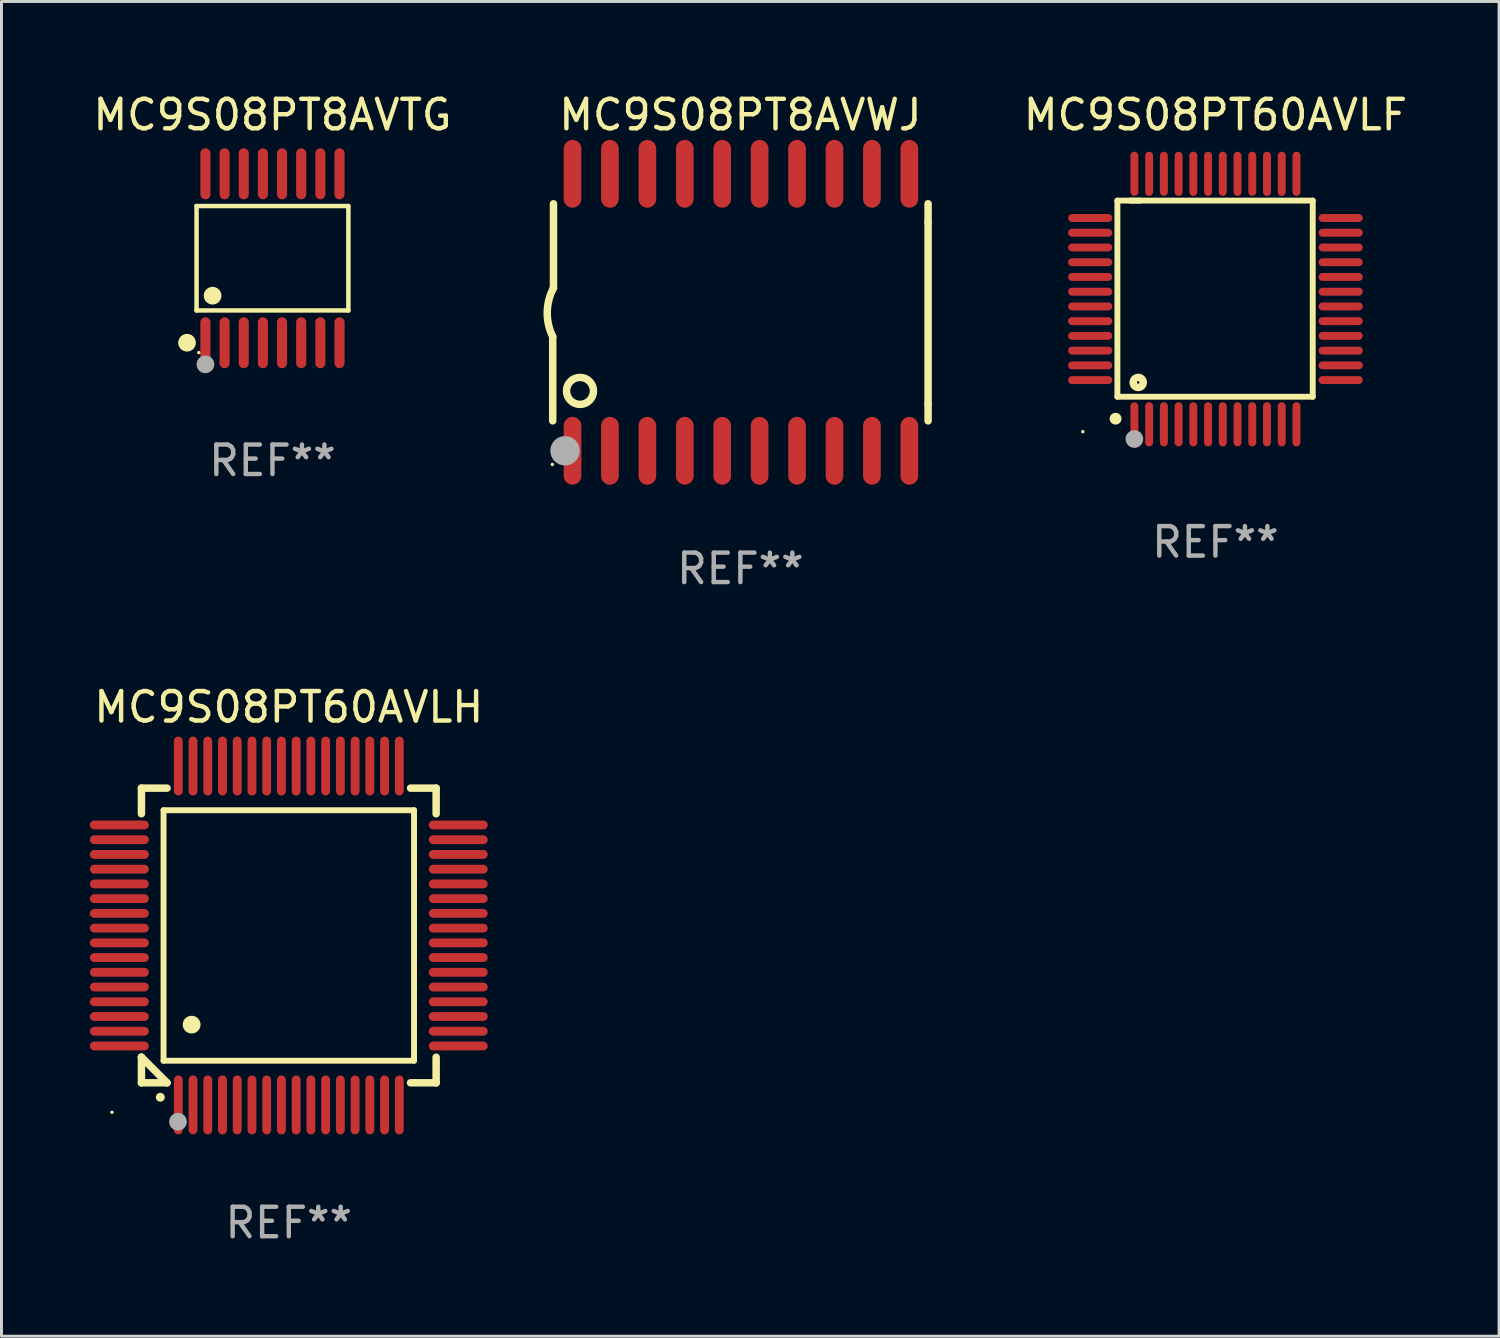
<source format=kicad_pcb>
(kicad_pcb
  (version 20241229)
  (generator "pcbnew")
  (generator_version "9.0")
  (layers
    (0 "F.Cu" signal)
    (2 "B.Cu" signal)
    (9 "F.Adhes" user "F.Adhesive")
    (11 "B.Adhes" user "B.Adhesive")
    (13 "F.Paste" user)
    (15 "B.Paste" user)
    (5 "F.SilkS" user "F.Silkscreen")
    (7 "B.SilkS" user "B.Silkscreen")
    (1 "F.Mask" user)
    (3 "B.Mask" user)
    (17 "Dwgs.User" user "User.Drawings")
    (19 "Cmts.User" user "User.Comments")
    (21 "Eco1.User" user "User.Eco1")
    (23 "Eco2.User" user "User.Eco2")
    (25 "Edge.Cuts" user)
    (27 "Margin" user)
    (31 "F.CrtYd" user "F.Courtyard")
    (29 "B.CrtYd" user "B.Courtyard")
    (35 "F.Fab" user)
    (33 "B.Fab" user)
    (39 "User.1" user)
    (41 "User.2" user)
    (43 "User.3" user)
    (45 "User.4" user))
  (footprint "MC9S08PT60AVLF"
    (layer "F.Cu")
    (at 38.195 7.098)
    (property "Reference" "MC9S08PT60AVLF" (at 0 -6.25 0) (layer "F.SilkS") (effects (font (size 1 1) (thickness 0.15))))
    (attr through_hole)
    (fp_line (start -3.327 -3.34) (end -2.565 -3.34) (stroke (width 0.2) (type solid)) (layer "F.SilkS"))
    (fp_line (start -3.327 3.315) (end -3.327 -3.34) (stroke (width 0.2) (type solid)) (layer "F.SilkS"))
    (fp_line (start -2.896 -3.34) (end 3.302 -3.34) (stroke (width 0.2) (type solid)) (layer "F.SilkS"))
    (fp_line (start 3.302 -3.34) (end 3.302 3.315) (stroke (width 0.2) (type solid)) (layer "F.SilkS"))
    (fp_line (start 3.302 3.315) (end -3.327 3.315) (stroke (width 0.2) (type solid)) (layer "F.SilkS"))
    (fp_arc (start -3.389992 4.059995) (mid -3.388722 4.059991) (end -3.387452 4.059995) (stroke (width 0.4) (type solid)) (layer "F.SilkS"))
    (fp_circle (center -4.5 4.5) (end -4.47 4.5) (stroke (width 0.06) (type solid)) (fill no) (layer "F.SilkS"))
    (fp_circle (center -2.62 2.83) (end -2.45 2.83) (stroke (width 0.254) (type solid)) (fill no) (layer "F.SilkS"))
    (fp_circle (center -2.75 4.75) (end -2.6 4.75) (stroke (width 0.3) (type solid)) (fill no) (layer "F.Fab"))
    (fp_text user "REF**" (at 0 8.25 0) (layer "F.Fab") (effects (font (size 1 1) (thickness 0.15))))
    (pad "1" smd oval (at -2.75 4.25) (size 0.27 1.5) (layers "F.Cu" "F.Mask" "F.Paste"))
    (pad "2" smd oval (at -2.25 4.25) (size 0.27 1.5) (layers "F.Cu" "F.Mask" "F.Paste"))
    (pad "3" smd oval (at -1.75 4.25) (size 0.27 1.5) (layers "F.Cu" "F.Mask" "F.Paste"))
    (pad "4" smd oval (at -1.25 4.25) (size 0.27 1.5) (layers "F.Cu" "F.Mask" "F.Paste"))
    (pad "5" smd oval (at -0.75 4.25) (size 0.27 1.5) (layers "F.Cu" "F.Mask" "F.Paste"))
    (pad "6" smd oval (at -0.25 4.25) (size 0.27 1.5) (layers "F.Cu" "F.Mask" "F.Paste"))
    (pad "7" smd oval (at 0.25 4.25) (size 0.27 1.5) (layers "F.Cu" "F.Mask" "F.Paste"))
    (pad "8" smd oval (at 0.75 4.25) (size 0.27 1.5) (layers "F.Cu" "F.Mask" "F.Paste"))
    (pad "9" smd oval (at 1.25 4.25) (size 0.27 1.5) (layers "F.Cu" "F.Mask" "F.Paste"))
    (pad "10" smd oval (at 1.75 4.25) (size 0.27 1.5) (layers "F.Cu" "F.Mask" "F.Paste"))
    (pad "11" smd oval (at 2.25 4.25) (size 0.27 1.5) (layers "F.Cu" "F.Mask" "F.Paste"))
    (pad "12" smd oval (at 2.75 4.25) (size 0.27 1.5) (layers "F.Cu" "F.Mask" "F.Paste"))
    (pad "13" smd oval (at 4.25 2.75) (size 1.5 0.27) (layers "F.Cu" "F.Mask" "F.Paste"))
    (pad "14" smd oval (at 4.25 2.25) (size 1.5 0.27) (layers "F.Cu" "F.Mask" "F.Paste"))
    (pad "15" smd oval (at 4.25 1.75) (size 1.5 0.27) (layers "F.Cu" "F.Mask" "F.Paste"))
    (pad "16" smd oval (at 4.25 1.25) (size 1.5 0.27) (layers "F.Cu" "F.Mask" "F.Paste"))
    (pad "17" smd oval (at 4.25 0.75) (size 1.5 0.27) (layers "F.Cu" "F.Mask" "F.Paste"))
    (pad "18" smd oval (at 4.25 0.25) (size 1.5 0.27) (layers "F.Cu" "F.Mask" "F.Paste"))
    (pad "19" smd oval (at 4.25 -0.25) (size 1.5 0.27) (layers "F.Cu" "F.Mask" "F.Paste"))
    (pad "20" smd oval (at 4.25 -0.75) (size 1.5 0.27) (layers "F.Cu" "F.Mask" "F.Paste"))
    (pad "21" smd oval (at 4.25 -1.25) (size 1.5 0.27) (layers "F.Cu" "F.Mask" "F.Paste"))
    (pad "22" smd oval (at 4.25 -1.75) (size 1.5 0.27) (layers "F.Cu" "F.Mask" "F.Paste"))
    (pad "23" smd oval (at 4.25 -2.25) (size 1.5 0.27) (layers "F.Cu" "F.Mask" "F.Paste"))
    (pad "24" smd oval (at 4.25 -2.75) (size 1.5 0.27) (layers "F.Cu" "F.Mask" "F.Paste"))
    (pad "25" smd oval (at 2.75 -4.25) (size 0.27 1.5) (layers "F.Cu" "F.Mask" "F.Paste"))
    (pad "26" smd oval (at 2.25 -4.25) (size 0.27 1.5) (layers "F.Cu" "F.Mask" "F.Paste"))
    (pad "27" smd oval (at 1.75 -4.25) (size 0.27 1.5) (layers "F.Cu" "F.Mask" "F.Paste"))
    (pad "28" smd oval (at 1.25 -4.25) (size 0.27 1.5) (layers "F.Cu" "F.Mask" "F.Paste"))
    (pad "29" smd oval (at 0.75 -4.25) (size 0.27 1.5) (layers "F.Cu" "F.Mask" "F.Paste"))
    (pad "30" smd oval (at 0.25 -4.25) (size 0.27 1.5) (layers "F.Cu" "F.Mask" "F.Paste"))
    (pad "31" smd oval (at -0.25 -4.25) (size 0.27 1.5) (layers "F.Cu" "F.Mask" "F.Paste"))
    (pad "32" smd oval (at -0.75 -4.25) (size 0.27 1.5) (layers "F.Cu" "F.Mask" "F.Paste"))
    (pad "33" smd oval (at -1.25 -4.25) (size 0.27 1.5) (layers "F.Cu" "F.Mask" "F.Paste"))
    (pad "34" smd oval (at -1.75 -4.25) (size 0.27 1.5) (layers "F.Cu" "F.Mask" "F.Paste"))
    (pad "35" smd oval (at -2.25 -4.25) (size 0.27 1.5) (layers "F.Cu" "F.Mask" "F.Paste"))
    (pad "36" smd oval (at -2.75 -4.25) (size 0.27 1.5) (layers "F.Cu" "F.Mask" "F.Paste"))
    (pad "37" smd oval (at -4.25 -2.75) (size 1.5 0.27) (layers "F.Cu" "F.Mask" "F.Paste"))
    (pad "38" smd oval (at -4.25 -2.25) (size 1.5 0.27) (layers "F.Cu" "F.Mask" "F.Paste"))
    (pad "39" smd oval (at -4.25 -1.75) (size 1.5 0.27) (layers "F.Cu" "F.Mask" "F.Paste"))
    (pad "40" smd oval (at -4.25 -1.25) (size 1.5 0.27) (layers "F.Cu" "F.Mask" "F.Paste"))
    (pad "41" smd oval (at -4.25 -0.75) (size 1.5 0.27) (layers "F.Cu" "F.Mask" "F.Paste"))
    (pad "42" smd oval (at -4.25 -0.25) (size 1.5 0.27) (layers "F.Cu" "F.Mask" "F.Paste"))
    (pad "43" smd oval (at -4.25 0.25) (size 1.5 0.27) (layers "F.Cu" "F.Mask" "F.Paste"))
    (pad "44" smd oval (at -4.25 0.75) (size 1.5 0.27) (layers "F.Cu" "F.Mask" "F.Paste"))
    (pad "45" smd oval (at -4.25 1.25) (size 1.5 0.27) (layers "F.Cu" "F.Mask" "F.Paste"))
    (pad "46" smd oval (at -4.25 1.75) (size 1.5 0.27) (layers "F.Cu" "F.Mask" "F.Paste"))
    (pad "47" smd oval (at -4.25 2.25) (size 1.5 0.27) (layers "F.Cu" "F.Mask" "F.Paste"))
    (pad "48" smd oval (at -4.25 2.75) (size 1.5 0.27) (layers "F.Cu" "F.Mask" "F.Paste")))
  (footprint "MC9S08PT60AVLH"
    (layer "F.Cu")
    (at 6.75 28.695)
    (property "Reference" "MC9S08PT60AVLH" (at 0 -7.75 0) (layer "F.SilkS") (effects (font (size 1 1) (thickness 0.15))))
    (attr through_hole)
    (fp_line (start -5 -5) (end -4.131 -5) (stroke (width 0.254) (type solid)) (layer "F.SilkS"))
    (fp_line (start -5 -4.131) (end -5 -5) (stroke (width 0.254) (type solid)) (layer "F.SilkS"))
    (fp_line (start -5 4.131) (end -5 4.131) (stroke (width 0.254) (type solid)) (layer "F.SilkS"))
    (fp_line (start -5 5) (end -5 4.131) (stroke (width 0.254) (type solid)) (layer "F.SilkS"))
    (fp_line (start -5 4.131) (end -4.131 5) (stroke (width 0.254) (type solid)) (layer "F.SilkS"))
    (fp_line (start -4.25 -4.25) (end -4.25 4.25) (stroke (width 0.2) (type solid)) (layer "F.SilkS"))
    (fp_line (start -4.25 4.25) (end 4.25 4.25) (stroke (width 0.2) (type solid)) (layer "F.SilkS"))
    (fp_line (start -4.131 5) (end -5 5) (stroke (width 0.254) (type solid)) (layer "F.SilkS"))
    (fp_line (start 4.25 -4.25) (end -4.25 -4.25) (stroke (width 0.2) (type solid)) (layer "F.SilkS"))
    (fp_line (start 4.25 4.25) (end 4.25 -4.25) (stroke (width 0.2) (type solid)) (layer "F.SilkS"))
    (fp_line (start 5 -5) (end 4.131 -5) (stroke (width 0.254) (type solid)) (layer "F.SilkS"))
    (fp_line (start 5 -5) (end 5 -4.131) (stroke (width 0.254) (type solid)) (layer "F.SilkS"))
    (fp_line (start 5 4.131) (end 5 5) (stroke (width 0.254) (type solid)) (layer "F.SilkS"))
    (fp_line (start 5 5) (end 4.131 5) (stroke (width 0.254) (type solid)) (layer "F.SilkS"))
    (fp_arc (start -4.361265 5.489992) (mid -4.359995 5.489987) (end -4.358725 5.489992) (stroke (width 0.3) (type solid)) (layer "F.SilkS"))
    (fp_arc (start -3.299467 3.025146) (mid -3.296927 3.025135) (end -3.294387 3.025146) (stroke (width 0.6) (type solid)) (layer "F.SilkS"))
    (fp_circle (center -6 6) (end -5.97 6) (stroke (width 0.06) (type solid)) (fill no) (layer "F.SilkS"))
    (fp_circle (center -3.76 6.32) (end -3.61 6.32) (stroke (width 0.3) (type solid)) (fill no) (layer "F.Fab"))
    (fp_text user "REF**" (at 0 9.75 0) (layer "F.Fab") (effects (font (size 1 1) (thickness 0.15))))
    (pad "1" smd oval (at -3.75 5.75) (size 0.3 2) (layers "F.Cu" "F.Mask" "F.Paste"))
    (pad "2" smd oval (at -3.25 5.75) (size 0.3 2) (layers "F.Cu" "F.Mask" "F.Paste"))
    (pad "3" smd oval (at -2.75 5.75) (size 0.3 2) (layers "F.Cu" "F.Mask" "F.Paste"))
    (pad "4" smd oval (at -2.25 5.75) (size 0.3 2) (layers "F.Cu" "F.Mask" "F.Paste"))
    (pad "5" smd oval (at -1.75 5.75) (size 0.3 2) (layers "F.Cu" "F.Mask" "F.Paste"))
    (pad "6" smd oval (at -1.25 5.75) (size 0.3 2) (layers "F.Cu" "F.Mask" "F.Paste"))
    (pad "7" smd oval (at -0.75 5.75) (size 0.3 2) (layers "F.Cu" "F.Mask" "F.Paste"))
    (pad "8" smd oval (at -0.25 5.75) (size 0.3 2) (layers "F.Cu" "F.Mask" "F.Paste"))
    (pad "9" smd oval (at 0.25 5.75) (size 0.3 2) (layers "F.Cu" "F.Mask" "F.Paste"))
    (pad "10" smd oval (at 0.75 5.75) (size 0.3 2) (layers "F.Cu" "F.Mask" "F.Paste"))
    (pad "11" smd oval (at 1.25 5.75) (size 0.3 2) (layers "F.Cu" "F.Mask" "F.Paste"))
    (pad "12" smd oval (at 1.75 5.75) (size 0.3 2) (layers "F.Cu" "F.Mask" "F.Paste"))
    (pad "13" smd oval (at 2.25 5.75) (size 0.3 2) (layers "F.Cu" "F.Mask" "F.Paste"))
    (pad "14" smd oval (at 2.75 5.75) (size 0.3 2) (layers "F.Cu" "F.Mask" "F.Paste"))
    (pad "15" smd oval (at 3.25 5.75) (size 0.3 2) (layers "F.Cu" "F.Mask" "F.Paste"))
    (pad "16" smd oval (at 3.75 5.75) (size 0.3 2) (layers "F.Cu" "F.Mask" "F.Paste"))
    (pad "17" smd oval (at 5.75 3.75) (size 2 0.3) (layers "F.Cu" "F.Mask" "F.Paste"))
    (pad "18" smd oval (at 5.75 3.25) (size 2 0.3) (layers "F.Cu" "F.Mask" "F.Paste"))
    (pad "19" smd oval (at 5.75 2.75) (size 2 0.3) (layers "F.Cu" "F.Mask" "F.Paste"))
    (pad "20" smd oval (at 5.75 2.25) (size 2 0.3) (layers "F.Cu" "F.Mask" "F.Paste"))
    (pad "21" smd oval (at 5.75 1.75) (size 2 0.3) (layers "F.Cu" "F.Mask" "F.Paste"))
    (pad "22" smd oval (at 5.75 1.25) (size 2 0.3) (layers "F.Cu" "F.Mask" "F.Paste"))
    (pad "23" smd oval (at 5.75 0.75) (size 2 0.3) (layers "F.Cu" "F.Mask" "F.Paste"))
    (pad "24" smd oval (at 5.75 0.25) (size 2 0.3) (layers "F.Cu" "F.Mask" "F.Paste"))
    (pad "25" smd oval (at 5.75 -0.25) (size 2 0.3) (layers "F.Cu" "F.Mask" "F.Paste"))
    (pad "26" smd oval (at 5.75 -0.75) (size 2 0.3) (layers "F.Cu" "F.Mask" "F.Paste"))
    (pad "27" smd oval (at 5.75 -1.25) (size 2 0.3) (layers "F.Cu" "F.Mask" "F.Paste"))
    (pad "28" smd oval (at 5.75 -1.75) (size 2 0.3) (layers "F.Cu" "F.Mask" "F.Paste"))
    (pad "29" smd oval (at 5.75 -2.25) (size 2 0.3) (layers "F.Cu" "F.Mask" "F.Paste"))
    (pad "30" smd oval (at 5.75 -2.75) (size 2 0.3) (layers "F.Cu" "F.Mask" "F.Paste"))
    (pad "31" smd oval (at 5.75 -3.25) (size 2 0.3) (layers "F.Cu" "F.Mask" "F.Paste"))
    (pad "32" smd oval (at 5.75 -3.75) (size 2 0.3) (layers "F.Cu" "F.Mask" "F.Paste"))
    (pad "33" smd oval (at 3.75 -5.75) (size 0.3 2) (layers "F.Cu" "F.Mask" "F.Paste"))
    (pad "34" smd oval (at 3.25 -5.75) (size 0.3 2) (layers "F.Cu" "F.Mask" "F.Paste"))
    (pad "35" smd oval (at 2.75 -5.75) (size 0.3 2) (layers "F.Cu" "F.Mask" "F.Paste"))
    (pad "36" smd oval (at 2.25 -5.75) (size 0.3 2) (layers "F.Cu" "F.Mask" "F.Paste"))
    (pad "37" smd oval (at 1.75 -5.75) (size 0.3 2) (layers "F.Cu" "F.Mask" "F.Paste"))
    (pad "38" smd oval (at 1.25 -5.75) (size 0.3 2) (layers "F.Cu" "F.Mask" "F.Paste"))
    (pad "39" smd oval (at 0.75 -5.75) (size 0.3 2) (layers "F.Cu" "F.Mask" "F.Paste"))
    (pad "40" smd oval (at 0.25 -5.75) (size 0.3 2) (layers "F.Cu" "F.Mask" "F.Paste"))
    (pad "41" smd oval (at -0.25 -5.75) (size 0.3 2) (layers "F.Cu" "F.Mask" "F.Paste"))
    (pad "42" smd oval (at -0.75 -5.75) (size 0.3 2) (layers "F.Cu" "F.Mask" "F.Paste"))
    (pad "43" smd oval (at -1.25 -5.75) (size 0.3 2) (layers "F.Cu" "F.Mask" "F.Paste"))
    (pad "44" smd oval (at -1.75 -5.75) (size 0.3 2) (layers "F.Cu" "F.Mask" "F.Paste"))
    (pad "45" smd oval (at -2.25 -5.75) (size 0.3 2) (layers "F.Cu" "F.Mask" "F.Paste"))
    (pad "46" smd oval (at -2.75 -5.75) (size 0.3 2) (layers "F.Cu" "F.Mask" "F.Paste"))
    (pad "47" smd oval (at -3.25 -5.75) (size 0.3 2) (layers "F.Cu" "F.Mask" "F.Paste"))
    (pad "48" smd oval (at -3.75 -5.75) (size 0.3 2) (layers "F.Cu" "F.Mask" "F.Paste"))
    (pad "49" smd oval (at -5.75 -3.75) (size 2 0.3) (layers "F.Cu" "F.Mask" "F.Paste"))
    (pad "50" smd oval (at -5.75 -3.25) (size 2 0.3) (layers "F.Cu" "F.Mask" "F.Paste"))
    (pad "51" smd oval (at -5.75 -2.75) (size 2 0.3) (layers "F.Cu" "F.Mask" "F.Paste"))
    (pad "52" smd oval (at -5.75 -2.25) (size 2 0.3) (layers "F.Cu" "F.Mask" "F.Paste"))
    (pad "53" smd oval (at -5.75 -1.75) (size 2 0.3) (layers "F.Cu" "F.Mask" "F.Paste"))
    (pad "54" smd oval (at -5.75 -1.25) (size 2 0.3) (layers "F.Cu" "F.Mask" "F.Paste"))
    (pad "55" smd oval (at -5.75 -0.75) (size 2 0.3) (layers "F.Cu" "F.Mask" "F.Paste"))
    (pad "56" smd oval (at -5.75 -0.25) (size 2 0.3) (layers "F.Cu" "F.Mask" "F.Paste"))
    (pad "57" smd oval (at -5.75 0.25) (size 2 0.3) (layers "F.Cu" "F.Mask" "F.Paste"))
    (pad "58" smd oval (at -5.75 0.75) (size 2 0.3) (layers "F.Cu" "F.Mask" "F.Paste"))
    (pad "59" smd oval (at -5.75 1.25) (size 2 0.3) (layers "F.Cu" "F.Mask" "F.Paste"))
    (pad "60" smd oval (at -5.75 1.75) (size 2 0.3) (layers "F.Cu" "F.Mask" "F.Paste"))
    (pad "61" smd oval (at -5.75 2.25) (size 2 0.3) (layers "F.Cu" "F.Mask" "F.Paste"))
    (pad "62" smd oval (at -5.75 2.75) (size 2 0.3) (layers "F.Cu" "F.Mask" "F.Paste"))
    (pad "63" smd oval (at -5.75 3.25) (size 2 0.3) (layers "F.Cu" "F.Mask" "F.Paste"))
    (pad "64" smd oval (at -5.75 3.75) (size 2 0.3) (layers "F.Cu" "F.Mask" "F.Paste")))
  (footprint "MC9S08PT8AVTG"
    (layer "F.Cu")
    (at 6.196 5.714)
    (property "Reference" "MC9S08PT8AVTG" (at 0 -4.866 0) (layer "F.SilkS") (effects (font (size 1 1) (thickness 0.15))))
    (attr through_hole)
    (fp_line (start -2.576 -1.772) (end 2.576 -1.772) (stroke (width 0.152) (type solid)) (layer "F.SilkS"))
    (fp_line (start -2.576 1.771) (end -2.576 -1.772) (stroke (width 0.152) (type solid)) (layer "F.SilkS"))
    (fp_line (start 2.576 -1.772) (end 2.576 1.771) (stroke (width 0.152) (type solid)) (layer "F.SilkS"))
    (fp_line (start 2.576 1.771) (end -2.576 1.771) (stroke (width 0.152) (type solid)) (layer "F.SilkS"))
    (fp_circle (center -2.899 2.866) (end -2.749 2.866) (stroke (width 0.3) (type solid)) (fill no) (layer "F.SilkS"))
    (fp_circle (center -2.5 3.2) (end -2.47 3.2) (stroke (width 0.06) (type solid)) (fill no) (layer "F.SilkS"))
    (fp_circle (center -2.032 1.27) (end -1.882 1.27) (stroke (width 0.3) (type solid)) (fill no) (layer "F.SilkS"))
    (fp_circle (center -2.275 3.6) (end -2.125 3.6) (stroke (width 0.3) (type solid)) (fill no) (layer "F.Fab"))
    (fp_text user "REF**" (at 0 6.866 0) (layer "F.Fab") (effects (font (size 1 1) (thickness 0.15))))
    (pad "1" smd oval (at -2.275 2.866) (size 0.343 1.731) (layers "F.Cu" "F.Mask" "F.Paste"))
    (pad "2" smd oval (at -1.625 2.866) (size 0.343 1.731) (layers "F.Cu" "F.Mask" "F.Paste"))
    (pad "3" smd oval (at -0.975 2.866) (size 0.343 1.731) (layers "F.Cu" "F.Mask" "F.Paste"))
    (pad "4" smd oval (at -0.325 2.866) (size 0.343 1.731) (layers "F.Cu" "F.Mask" "F.Paste"))
    (pad "5" smd oval (at 0.325 2.866) (size 0.343 1.731) (layers "F.Cu" "F.Mask" "F.Paste"))
    (pad "6" smd oval (at 0.975 2.866) (size 0.343 1.731) (layers "F.Cu" "F.Mask" "F.Paste"))
    (pad "7" smd oval (at 1.625 2.866) (size 0.343 1.731) (layers "F.Cu" "F.Mask" "F.Paste"))
    (pad "8" smd oval (at 2.275 2.866) (size 0.343 1.731) (layers "F.Cu" "F.Mask" "F.Paste"))
    (pad "9" smd oval (at 2.275 -2.866) (size 0.343 1.731) (layers "F.Cu" "F.Mask" "F.Paste"))
    (pad "10" smd oval (at 1.625 -2.866) (size 0.343 1.731) (layers "F.Cu" "F.Mask" "F.Paste"))
    (pad "11" smd oval (at 0.975 -2.866) (size 0.343 1.731) (layers "F.Cu" "F.Mask" "F.Paste"))
    (pad "12" smd oval (at 0.325 -2.866) (size 0.343 1.731) (layers "F.Cu" "F.Mask" "F.Paste"))
    (pad "13" smd oval (at -0.325 -2.866) (size 0.343 1.731) (layers "F.Cu" "F.Mask" "F.Paste"))
    (pad "14" smd oval (at -0.975 -2.866) (size 0.343 1.731) (layers "F.Cu" "F.Mask" "F.Paste"))
    (pad "15" smd oval (at -1.625 -2.866) (size 0.343 1.731) (layers "F.Cu" "F.Mask" "F.Paste"))
    (pad "16" smd oval (at -2.275 -2.866) (size 0.343 1.731) (layers "F.Cu" "F.Mask" "F.Paste")))
  (footprint "MC9S08PT8AVWJ"
    (layer "F.Cu")
    (at 22.075 7.548)
    (property "Reference" "MC9S08PT8AVWJ" (at 0 -6.7 0) (layer "F.SilkS") (effects (font (size 1 1) (thickness 0.15))))
    (attr through_hole)
    (fp_line (start -6.369 0.826) (end -6.369 3.683) (stroke (width 0.254) (type solid)) (layer "F.SilkS"))
    (fp_line (start -6.343 -0.825) (end -6.343 -3.683) (stroke (width 0.254) (type solid)) (layer "F.SilkS"))
    (fp_line (start 6.369 -3.048) (end 6.369 -3.683) (stroke (width 0.254) (type solid)) (layer "F.SilkS"))
    (fp_line (start 6.369 -3.048) (end 6.369 3.096) (stroke (width 0.254) (type solid)) (layer "F.SilkS"))
    (fp_line (start 6.369 3.096) (end 6.369 3.683) (stroke (width 0.254) (type solid)) (layer "F.SilkS"))
    (fp_arc (start -6.36853 0.825552) (mid -6.554743 -0.00301) (end -6.343129 -0.825451) (stroke (width 0.254001) (type solid)) (layer "F.SilkS"))
    (fp_circle (center -6.382 5.163) (end -6.352 5.163) (stroke (width 0.06) (type solid)) (fill no) (layer "F.SilkS"))
    (fp_circle (center -5.443 2.667) (end -4.985 2.667) (stroke (width 0.254) (type solid)) (fill no) (layer "F.SilkS"))
    (fp_circle (center -5.951 4.699) (end -5.701 4.699) (stroke (width 0.5) (type solid)) (fill no) (layer "F.Fab"))
    (fp_text user "REF**" (at 0 8.7 0) (layer "F.Fab") (effects (font (size 1 1) (thickness 0.15))))
    (pad "1" smd oval (at -5.697 4.7 180) (size 0.6 2.3) (layers "F.Cu" "F.Mask" "F.Paste"))
    (pad "2" smd oval (at -4.427 4.7 180) (size 0.6 2.3) (layers "F.Cu" "F.Mask" "F.Paste"))
    (pad "3" smd oval (at -3.157 4.7 180) (size 0.6 2.3) (layers "F.Cu" "F.Mask" "F.Paste"))
    (pad "4" smd oval (at -1.887 4.7 180) (size 0.6 2.3) (layers "F.Cu" "F.Mask" "F.Paste"))
    (pad "5" smd oval (at -0.617 4.7 180) (size 0.6 2.3) (layers "F.Cu" "F.Mask" "F.Paste"))
    (pad "6" smd oval (at 0.653 4.7 180) (size 0.6 2.3) (layers "F.Cu" "F.Mask" "F.Paste"))
    (pad "7" smd oval (at 1.923 4.7 180) (size 0.6 2.3) (layers "F.Cu" "F.Mask" "F.Paste"))
    (pad "8" smd oval (at 3.193 4.7 180) (size 0.6 2.3) (layers "F.Cu" "F.Mask" "F.Paste"))
    (pad "9" smd oval (at 4.463 4.7 180) (size 0.6 2.3) (layers "F.Cu" "F.Mask" "F.Paste"))
    (pad "10" smd oval (at 5.734 4.7 180) (size 0.6 2.3) (layers "F.Cu" "F.Mask" "F.Paste"))
    (pad "11" smd oval (at 5.734 -4.7 180) (size 0.6 2.3) (layers "F.Cu" "F.Mask" "F.Paste"))
    (pad "12" smd oval (at 4.463 -4.7 180) (size 0.6 2.3) (layers "F.Cu" "F.Mask" "F.Paste"))
    (pad "13" smd oval (at 3.193 -4.7 180) (size 0.6 2.3) (layers "F.Cu" "F.Mask" "F.Paste"))
    (pad "14" smd oval (at 1.923 -4.7 180) (size 0.6 2.3) (layers "F.Cu" "F.Mask" "F.Paste"))
    (pad "15" smd oval (at 0.653 -4.7 180) (size 0.6 2.3) (layers "F.Cu" "F.Mask" "F.Paste"))
    (pad "16" smd oval (at -0.617 -4.7 180) (size 0.6 2.3) (layers "F.Cu" "F.Mask" "F.Paste"))
    (pad "17" smd oval (at -1.887 -4.7 180) (size 0.6 2.3) (layers "F.Cu" "F.Mask" "F.Paste"))
    (pad "18" smd oval (at -3.157 -4.7 180) (size 0.6 2.3) (layers "F.Cu" "F.Mask" "F.Paste"))
    (pad "19" smd oval (at -4.427 -4.7 180) (size 0.6 2.3) (layers "F.Cu" "F.Mask" "F.Paste"))
    (pad "20" smd oval (at -5.697 -4.7 180) (size 0.6 2.3) (layers "F.Cu" "F.Mask" "F.Paste")))
  (gr_rect
    (start -3 -3)
    (end 47.82 42.293)
    (stroke (width 0.1) (type default))
    (fill no)
    (layer "Edge.Cuts")))
</source>
